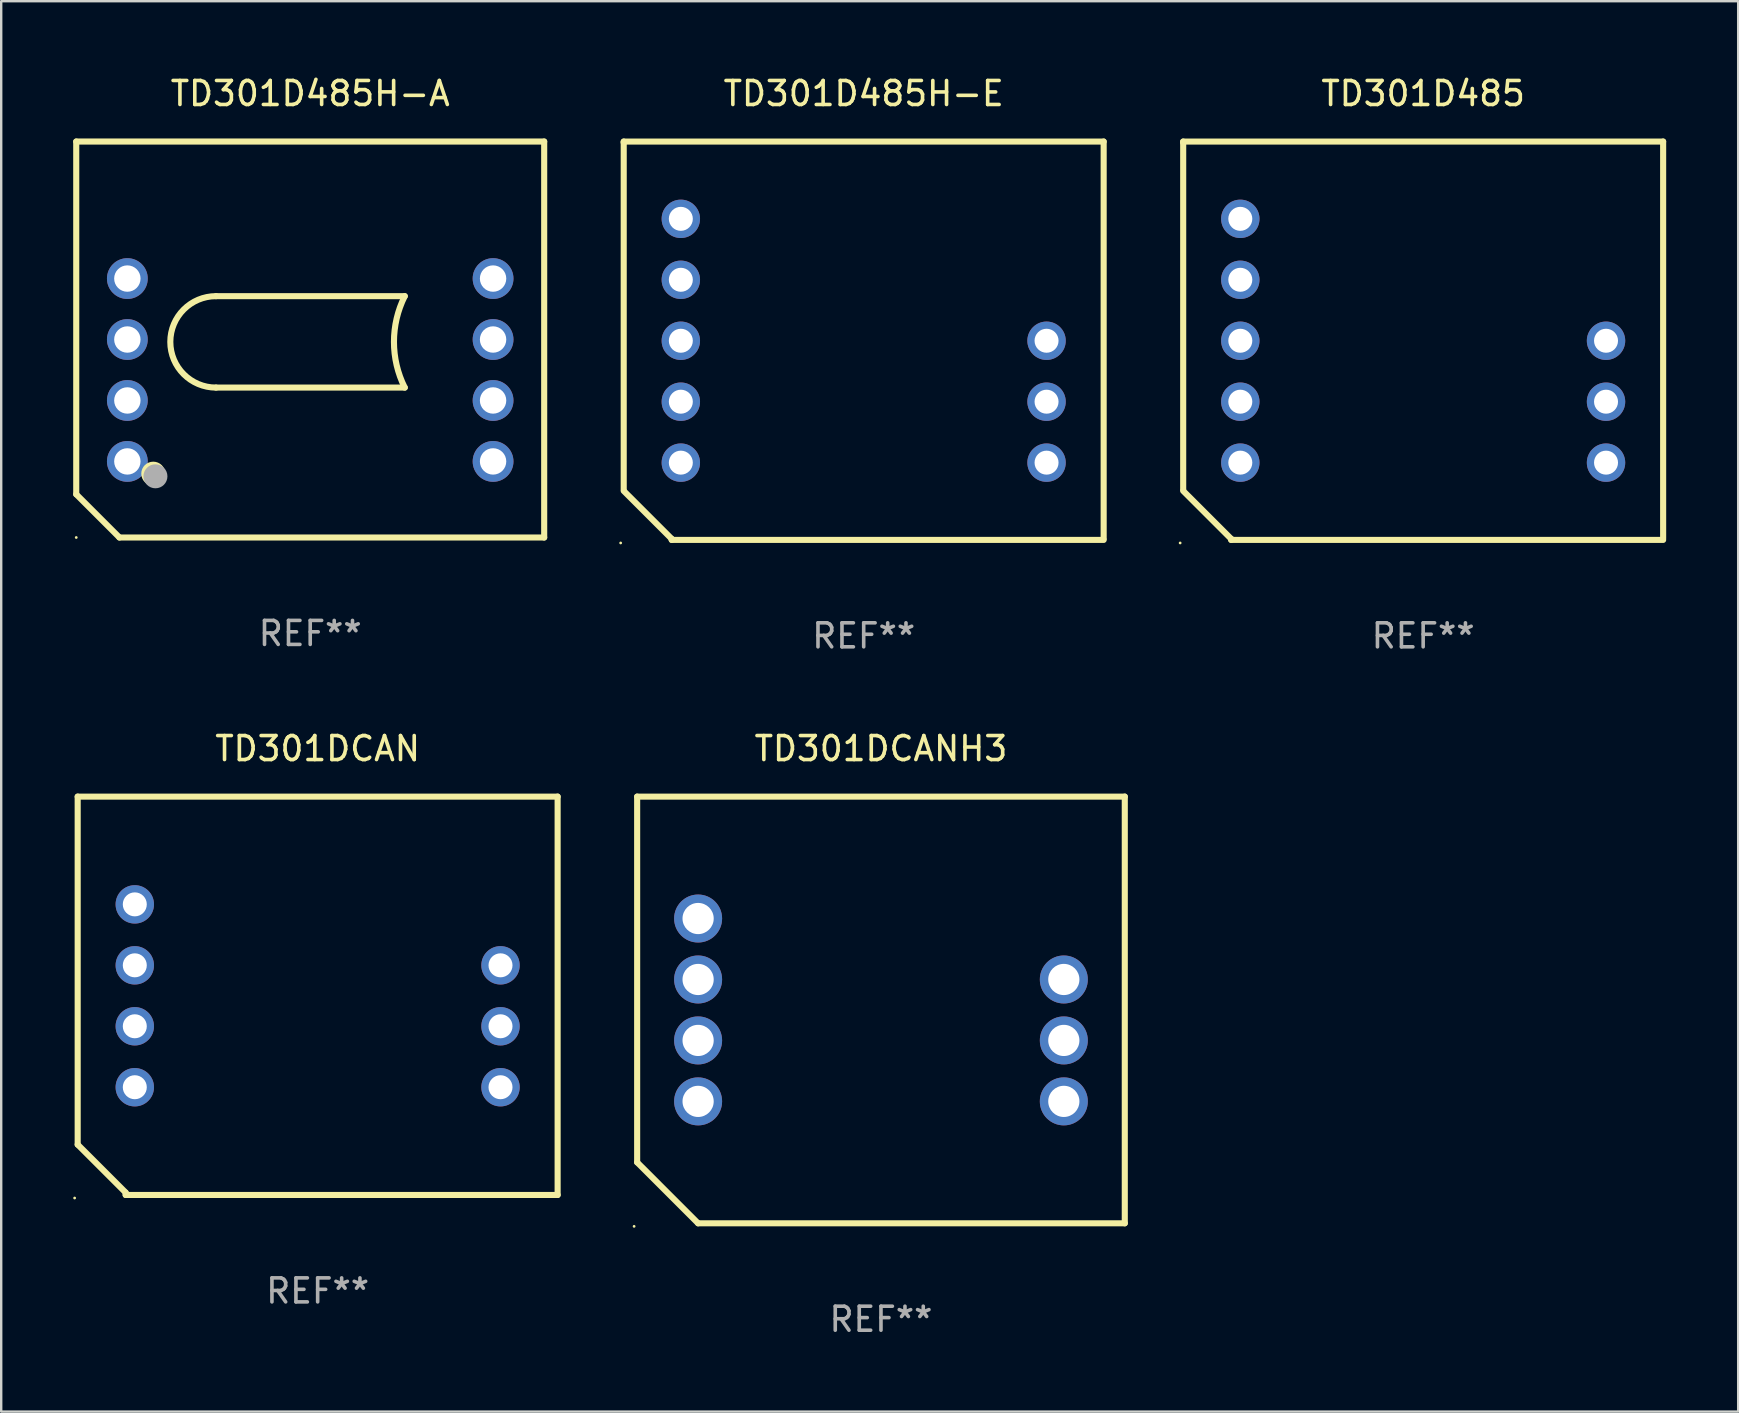
<source format=kicad_pcb>
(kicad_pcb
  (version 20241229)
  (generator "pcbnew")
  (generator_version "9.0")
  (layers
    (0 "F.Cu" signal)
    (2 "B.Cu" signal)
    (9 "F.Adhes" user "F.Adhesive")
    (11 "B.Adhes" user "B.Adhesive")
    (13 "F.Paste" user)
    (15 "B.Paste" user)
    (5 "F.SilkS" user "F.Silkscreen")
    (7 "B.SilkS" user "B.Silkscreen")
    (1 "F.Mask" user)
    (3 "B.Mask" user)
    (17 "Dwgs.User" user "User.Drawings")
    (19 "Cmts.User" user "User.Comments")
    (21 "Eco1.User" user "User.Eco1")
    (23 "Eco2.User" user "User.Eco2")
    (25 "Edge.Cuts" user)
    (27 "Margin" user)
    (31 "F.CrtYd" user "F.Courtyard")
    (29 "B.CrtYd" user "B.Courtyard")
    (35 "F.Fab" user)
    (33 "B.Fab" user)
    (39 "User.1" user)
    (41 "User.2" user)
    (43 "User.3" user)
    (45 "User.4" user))
  (footprint "TD301DCAN"
    (layer "F.Cu")
    (at 10.187 38.446)
    (property "Reference" "TD301DCAN" (at 0 -10.3 0) (layer "F.SilkS") (effects (font (size 1 1) (thickness 0.15))))
    (attr through_hole)
    (fp_line (start -10 -8.3) (end -10 6.2) (stroke (width 0.254) (type solid)) (layer "F.SilkS"))
    (fp_line (start -10 -8.3) (end 10 -8.3) (stroke (width 0.254) (type solid)) (layer "F.SilkS"))
    (fp_line (start -8 8.2) (end -10 6.2) (stroke (width 0.254) (type solid)) (layer "F.SilkS"))
    (fp_line (start -8 8.3) (end -8 8.2) (stroke (width 0.254) (type solid)) (layer "F.SilkS"))
    (fp_line (start -8 8.3) (end 10 8.3) (stroke (width 0.254) (type solid)) (layer "F.SilkS"))
    (fp_line (start 10 -8.3) (end 10 8.3) (stroke (width 0.254) (type solid)) (layer "F.SilkS"))
    (fp_circle (center -10.127 8.427) (end -10.097 8.427) (stroke (width 0.06) (type solid)) (fill no) (layer "F.SilkS"))
    (fp_text user "REF**" (at 0 12.3 0) (layer "F.Fab") (effects (font (size 1 1) (thickness 0.15))))
    (pad "1" thru_hole circle (at -7.62 3.81) (size 1.6 1.6) (drill 1) (layers "*.Cu" "*.Mask"))
    (pad "2" thru_hole circle (at -7.62 1.27) (size 1.6 1.6) (drill 1) (layers "*.Cu" "*.Mask"))
    (pad "3" thru_hole circle (at -7.62 -1.27) (size 1.6 1.6) (drill 1) (layers "*.Cu" "*.Mask"))
    (pad "4" thru_hole circle (at -7.62 -3.81) (size 1.6 1.6) (drill 1) (layers "*.Cu" "*.Mask"))
    (pad "6" thru_hole circle (at 7.62 -1.27) (size 1.6 1.6) (drill 1) (layers "*.Cu" "*.Mask"))
    (pad "7" thru_hole circle (at 7.62 1.27) (size 1.6 1.6) (drill 1) (layers "*.Cu" "*.Mask"))
    (pad "8" thru_hole circle (at 7.62 3.81) (size 1.6 1.6) (drill 1) (layers "*.Cu" "*.Mask")))
  (footprint "TD301DCANH3"
    (layer "F.Cu")
    (at 33.661 39.036)
    (property "Reference" "TD301DCANH3" (at 0 -10.89 0) (layer "F.SilkS") (effects (font (size 1 1) (thickness 0.15))))
    (attr through_hole)
    (fp_line (start -10.16 -8.89) (end 10.16 -8.89) (stroke (width 0.254) (type solid)) (layer "F.SilkS"))
    (fp_line (start -10.16 6.35) (end -10.16 -8.89) (stroke (width 0.254) (type solid)) (layer "F.SilkS"))
    (fp_line (start -7.62 8.89) (end -10.16 6.35) (stroke (width 0.254) (type solid)) (layer "F.SilkS"))
    (fp_line (start 10.16 -8.89) (end 10.16 8.89) (stroke (width 0.254) (type solid)) (layer "F.SilkS"))
    (fp_line (start 10.16 8.89) (end -7.62 8.89) (stroke (width 0.254) (type solid)) (layer "F.SilkS"))
    (fp_circle (center -10.287 9.017) (end -10.257 9.017) (stroke (width 0.06) (type solid)) (fill no) (layer "F.SilkS"))
    (fp_text user "REF**" (at 0 12.89 0) (layer "F.Fab") (effects (font (size 1 1) (thickness 0.15))))
    (pad "1" thru_hole circle (at -7.62 3.81) (size 2 2) (drill 1.3) (layers "*.Cu" "*.Mask"))
    (pad "2" thru_hole circle (at -7.62 1.27) (size 2 2) (drill 1.3) (layers "*.Cu" "*.Mask"))
    (pad "3" thru_hole circle (at -7.62 -1.27) (size 2 2) (drill 1.3) (layers "*.Cu" "*.Mask"))
    (pad "4" thru_hole circle (at -7.62 -3.81) (size 2 2) (drill 1.3) (layers "*.Cu" "*.Mask"))
    (pad "6" thru_hole circle (at 7.62 -1.27) (size 2 2) (drill 1.3) (layers "*.Cu" "*.Mask"))
    (pad "7" thru_hole circle (at 7.62 1.27) (size 2 2) (drill 1.3) (layers "*.Cu" "*.Mask"))
    (pad "8" thru_hole circle (at 7.62 3.81) (size 2 2) (drill 1.3) (layers "*.Cu" "*.Mask")))
  (footprint "TD301D485H-E"
    (layer "F.Cu")
    (at 32.941 11.149)
    (property "Reference" "TD301D485H-E" (at 0 -10.3 0) (layer "F.SilkS") (effects (font (size 1 1) (thickness 0.15))))
    (attr through_hole)
    (fp_line (start -10 -8.3) (end -10 -8.255) (stroke (width 0.254) (type solid)) (layer "F.SilkS"))
    (fp_line (start -10 -8.3) (end 10 -8.3) (stroke (width 0.254) (type solid)) (layer "F.SilkS"))
    (fp_line (start -10 -8.255) (end -10 6.2) (stroke (width 0.254) (type solid)) (layer "F.SilkS"))
    (fp_line (start -8 8.257) (end -10 6.257) (stroke (width 0.254) (type solid)) (layer "F.SilkS"))
    (fp_line (start -8 8.3) (end -8 8.257) (stroke (width 0.254) (type solid)) (layer "F.SilkS"))
    (fp_line (start -8 8.3) (end 10 8.3) (stroke (width 0.254) (type solid)) (layer "F.SilkS"))
    (fp_line (start 10 -8.3) (end 10 8.24) (stroke (width 0.254) (type solid)) (layer "F.SilkS"))
    (fp_circle (center -10.127 8.427) (end -10.097 8.427) (stroke (width 0.06) (type solid)) (fill no) (layer "F.SilkS"))
    (fp_text user "REF**" (at 0 12.3 0) (layer "F.Fab") (effects (font (size 1 1) (thickness 0.15))))
    (pad "1" thru_hole circle (at -7.62 5.08) (size 1.6 1.6) (drill 1) (layers "*.Cu" "*.Mask"))
    (pad "2" thru_hole circle (at -7.62 2.54) (size 1.6 1.6) (drill 1) (layers "*.Cu" "*.Mask"))
    (pad "3" thru_hole circle (at -7.62 0.000343) (size 1.6 1.6) (drill 1) (layers "*.Cu" "*.Mask"))
    (pad "4" thru_hole circle (at -7.62 -2.54) (size 1.6 1.6) (drill 1) (layers "*.Cu" "*.Mask"))
    (pad "5" thru_hole circle (at -7.62 -5.08) (size 1.6 1.6) (drill 1) (layers "*.Cu" "*.Mask"))
    (pad "8" thru_hole circle (at 7.62 0.000343) (size 1.6 1.6) (drill 1) (layers "*.Cu" "*.Mask"))
    (pad "9" thru_hole circle (at 7.62 2.54) (size 1.6 1.6) (drill 1) (layers "*.Cu" "*.Mask"))
    (pad "10" thru_hole circle (at 7.62 5.08) (size 1.6 1.6) (drill 1) (layers "*.Cu" "*.Mask")))
  (footprint "TD301D485H-A"
    (layer "F.Cu")
    (at 9.877 11.098)
    (property "Reference" "TD301D485H-A" (at 0 -10.25 0) (layer "F.SilkS") (effects (font (size 1 1) (thickness 0.15))))
    (attr through_hole)
    (fp_line (start -9.75 -8.25) (end -9.75 6.45) (stroke (width 0.254) (type solid)) (layer "F.SilkS"))
    (fp_line (start -9.75 -8.25) (end 9.75 -8.25) (stroke (width 0.254) (type solid)) (layer "F.SilkS"))
    (fp_line (start -9.75 6.45) (end -7.95 8.25) (stroke (width 0.254) (type solid)) (layer "F.SilkS"))
    (fp_line (start -7.95 8.25) (end 9.75 8.25) (stroke (width 0.254) (type solid)) (layer "F.SilkS"))
    (fp_line (start -3.925 -1.807) (end 3.94 -1.807) (stroke (width 0.254) (type solid)) (layer "F.SilkS"))
    (fp_line (start -3.925 2.003) (end 3.94 2.003) (stroke (width 0.254) (type solid)) (layer "F.SilkS"))
    (fp_line (start 9.75 -8.25) (end 9.75 8.25) (stroke (width 0.254) (type solid)) (layer "F.SilkS"))
    (fp_arc (start -3.92474 2.003251) (mid -5.829744 0.098247) (end -3.92474 -1.806757) (stroke (width 0.254001) (type solid)) (layer "F.SilkS"))
    (fp_arc (start 3.939574 2.003252) (mid 3.489863 0.098248) (end 3.939573 -1.806756) (stroke (width 0.254001) (type solid)) (layer "F.SilkS"))
    (fp_circle (center -9.75 8.25) (end -9.72 8.25) (stroke (width 0.06) (type solid)) (fill no) (layer "F.SilkS"))
    (fp_circle (center -6.54 5.59) (end -6.29 5.59) (stroke (width 0.5) (type solid)) (fill no) (layer "F.SilkS"))
    (fp_circle (center -6.45 5.7) (end -6.2 5.7) (stroke (width 0.5) (type solid)) (fill no) (layer "F.Fab"))
    (fp_text user "REF**" (at 0 12.25 0) (layer "F.Fab") (effects (font (size 1 1) (thickness 0.15))))
    (pad "1" thru_hole circle (at -7.62 5.08) (size 1.7 1.7) (drill 1.1) (layers "*.Cu" "*.Mask"))
    (pad "2" thru_hole circle (at -7.62 2.54) (size 1.7 1.7) (drill 1.1) (layers "*.Cu" "*.Mask"))
    (pad "3" thru_hole circle (at -7.62 0) (size 1.7 1.7) (drill 1.1) (layers "*.Cu" "*.Mask"))
    (pad "4" thru_hole circle (at -7.62 -2.54) (size 1.7 1.7) (drill 1.1) (layers "*.Cu" "*.Mask"))
    (pad "7" thru_hole circle (at 7.62 -2.54) (size 1.7 1.7) (drill 1.1) (layers "*.Cu" "*.Mask"))
    (pad "8" thru_hole circle (at 7.62 0) (size 1.7 1.7) (drill 1.1) (layers "*.Cu" "*.Mask"))
    (pad "9" thru_hole circle (at 7.62 2.54) (size 1.7 1.7) (drill 1.1) (layers "*.Cu" "*.Mask"))
    (pad "10" thru_hole circle (at 7.62 5.08) (size 1.7 1.7) (drill 1.1) (layers "*.Cu" "*.Mask")))
  (footprint "TD301D485"
    (layer "F.Cu")
    (at 56.255 11.149)
    (property "Reference" "TD301D485" (at 0 -10.3 0) (layer "F.SilkS") (effects (font (size 1 1) (thickness 0.15))))
    (attr through_hole)
    (fp_line (start -10 -8.3) (end -10 -8.255) (stroke (width 0.254) (type solid)) (layer "F.SilkS"))
    (fp_line (start -10 -8.3) (end 10 -8.3) (stroke (width 0.254) (type solid)) (layer "F.SilkS"))
    (fp_line (start -10 -8.255) (end -10 6.2) (stroke (width 0.254) (type solid)) (layer "F.SilkS"))
    (fp_line (start -8 8.257) (end -10 6.257) (stroke (width 0.254) (type solid)) (layer "F.SilkS"))
    (fp_line (start -8 8.3) (end -8 8.257) (stroke (width 0.254) (type solid)) (layer "F.SilkS"))
    (fp_line (start -8 8.3) (end 10 8.3) (stroke (width 0.254) (type solid)) (layer "F.SilkS"))
    (fp_line (start 10 -8.3) (end 10 8.24) (stroke (width 0.254) (type solid)) (layer "F.SilkS"))
    (fp_circle (center -10.127 8.427) (end -10.097 8.427) (stroke (width 0.06) (type solid)) (fill no) (layer "F.SilkS"))
    (fp_text user "REF**" (at 0 12.3 0) (layer "F.Fab") (effects (font (size 1 1) (thickness 0.15))))
    (pad "1" thru_hole circle (at -7.62 5.08) (size 1.6 1.6) (drill 1) (layers "*.Cu" "*.Mask"))
    (pad "2" thru_hole circle (at -7.62 2.54) (size 1.6 1.6) (drill 1) (layers "*.Cu" "*.Mask"))
    (pad "3" thru_hole circle (at -7.62 0.000343) (size 1.6 1.6) (drill 1) (layers "*.Cu" "*.Mask"))
    (pad "4" thru_hole circle (at -7.62 -2.54) (size 1.6 1.6) (drill 1) (layers "*.Cu" "*.Mask"))
    (pad "5" thru_hole circle (at -7.62 -5.08) (size 1.6 1.6) (drill 1) (layers "*.Cu" "*.Mask"))
    (pad "8" thru_hole circle (at 7.62 0.000343) (size 1.6 1.6) (drill 1) (layers "*.Cu" "*.Mask"))
    (pad "9" thru_hole circle (at 7.62 2.54) (size 1.6 1.6) (drill 1) (layers "*.Cu" "*.Mask"))
    (pad "10" thru_hole circle (at 7.62 5.08) (size 1.6 1.6) (drill 1) (layers "*.Cu" "*.Mask")))
  (gr_rect
    (start -3 -3)
    (end 69.382 55.774)
    (stroke (width 0.1) (type default))
    (fill no)
    (layer "Edge.Cuts")))
</source>
